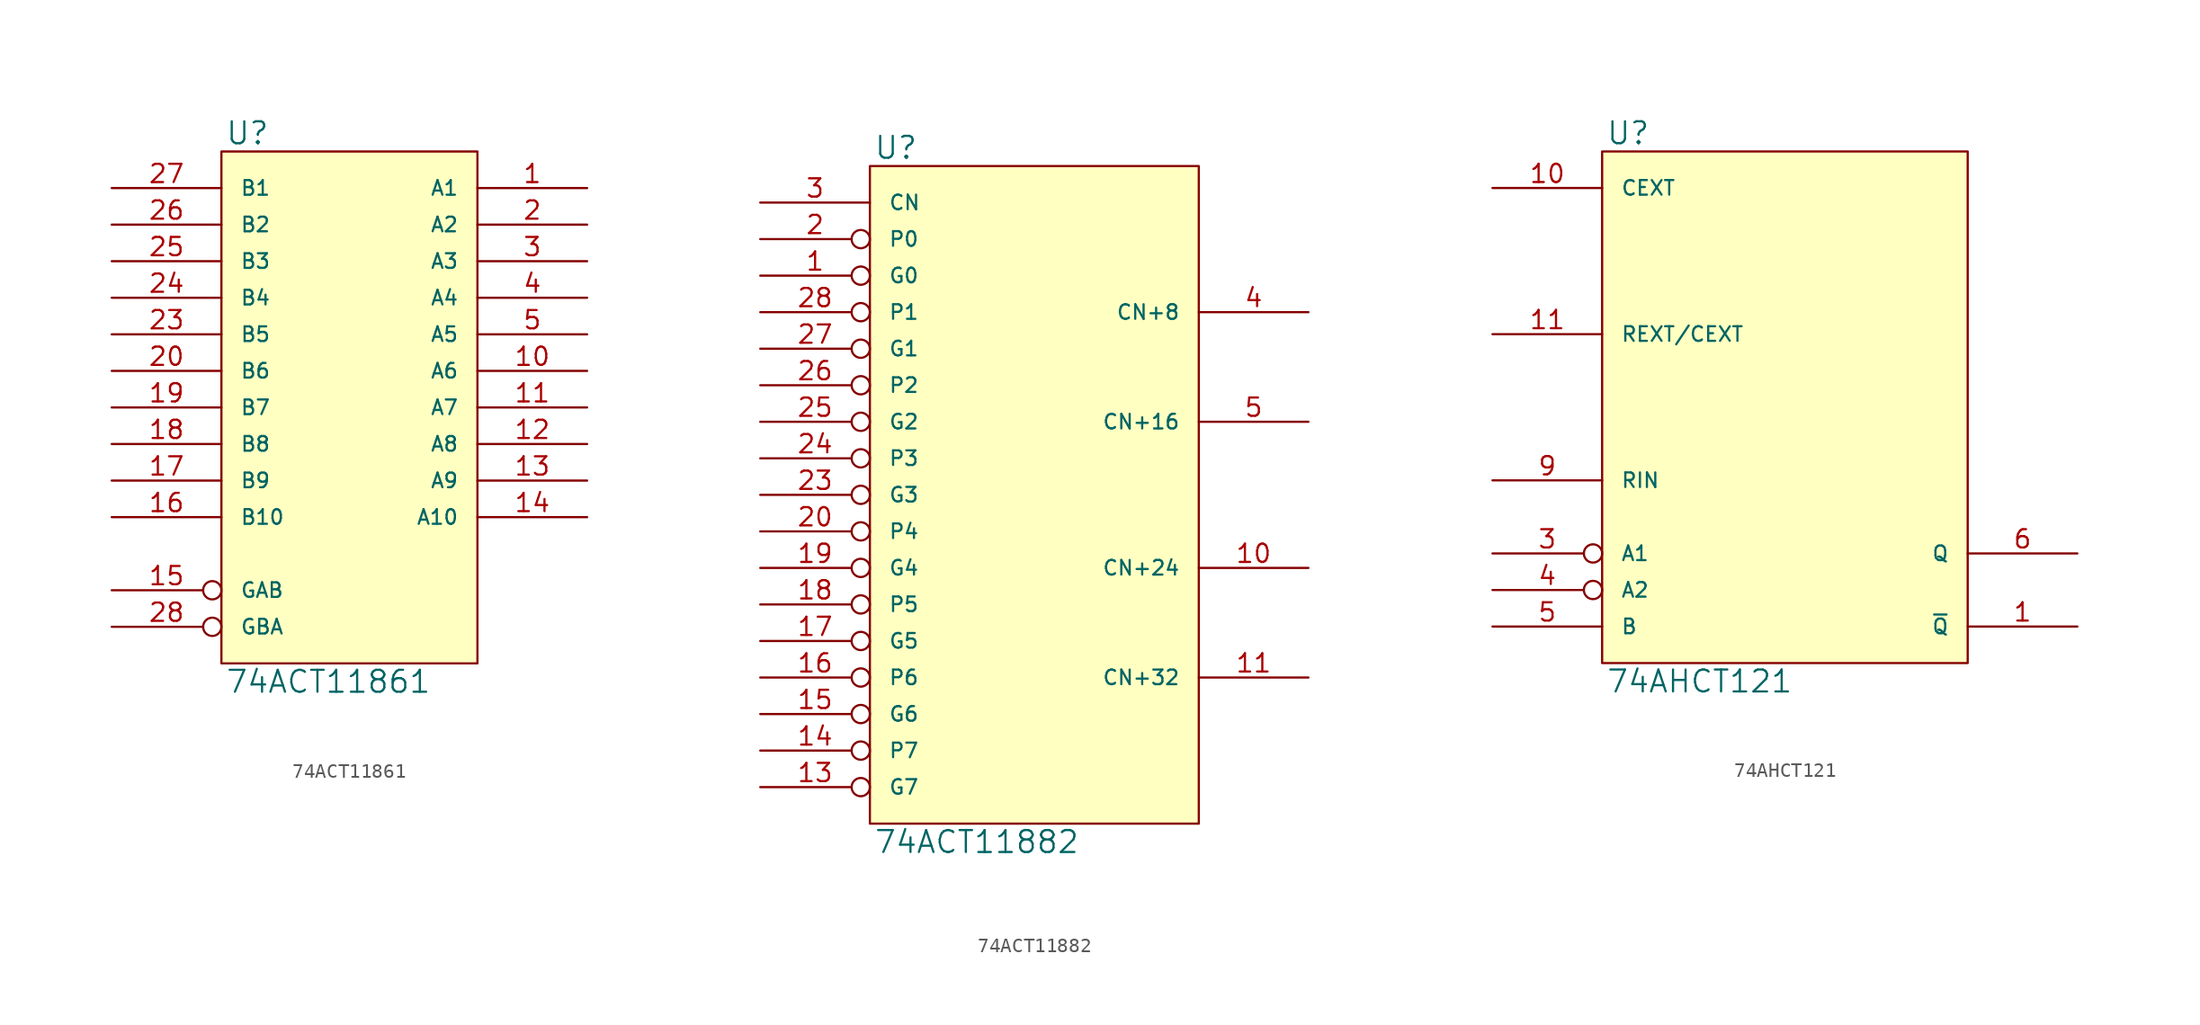
<source format=kicad_sym>
(kicad_symbol_lib
  (version 20231120)
  (generator "kicad_symbol_editor")
  (generator_version "8.0")
  (symbol "74ACT11861"
    (pin_names
      (offset 1.27))
    (property "Reference" "U"
      (at 0.254 0.381 0)
      (effects (font (size 1.524 1.524)) (justify left bottom)))
    (property "Value" "74ACT11861"
      (at 0.254 -35.941 0)
      (effects (font (size 1.524 1.524)) (justify left top)))
    (symbol "74ACT11861_0_1"
      (rectangle (start 0 0) (end 17.78 -35.56) (stroke (width 0) (type solid)) (fill (type background))))
    (symbol "74ACT11861_1_1"
      (pin tri_state line (at 25.4 -2.54 180) (length 7.62) (name "A1" (effects (font (size 1.016 1.016)))) (number "1" (effects (font (size 1.27 1.27)))))
      (pin tri_state line (at 25.4 -15.24 180) (length 7.62) (name "A6" (effects (font (size 1.016 1.016)))) (number "10" (effects (font (size 1.27 1.27)))))
      (pin tri_state line (at 25.4 -17.78 180) (length 7.62) (name "A7" (effects (font (size 1.016 1.016)))) (number "11" (effects (font (size 1.27 1.27)))))
      (pin tri_state line (at 25.4 -20.32 180) (length 7.62) (name "A8" (effects (font (size 1.016 1.016)))) (number "12" (effects (font (size 1.27 1.27)))))
      (pin tri_state line (at 25.4 -22.86 180) (length 7.62) (name "A9" (effects (font (size 1.016 1.016)))) (number "13" (effects (font (size 1.27 1.27)))))
      (pin tri_state line (at 25.4 -25.4 180) (length 7.62) (name "A10" (effects (font (size 1.016 1.016)))) (number "14" (effects (font (size 1.27 1.27)))))
      (pin input inverted (at -7.62 -30.48 0) (length 7.62) (name "GAB" (effects (font (size 1.016 1.016)))) (number "15" (effects (font (size 1.27 1.27)))))
      (pin input line (at -7.62 -25.4 0) (length 7.62) (name "B10" (effects (font (size 1.016 1.016)))) (number "16" (effects (font (size 1.27 1.27)))))
      (pin input line (at -7.62 -22.86 0) (length 7.62) (name "B9" (effects (font (size 1.016 1.016)))) (number "17" (effects (font (size 1.27 1.27)))))
      (pin input line (at -7.62 -20.32 0) (length 7.62) (name "B8" (effects (font (size 1.016 1.016)))) (number "18" (effects (font (size 1.27 1.27)))))
      (pin input line (at -7.62 -17.78 0) (length 7.62) (name "B7" (effects (font (size 1.016 1.016)))) (number "19" (effects (font (size 1.27 1.27)))))
      (pin tri_state line (at 25.4 -5.08 180) (length 7.62) (name "A2" (effects (font (size 1.016 1.016)))) (number "2" (effects (font (size 1.27 1.27)))))
      (pin input line (at -7.62 -15.24 0) (length 7.62) (name "B6" (effects (font (size 1.016 1.016)))) (number "20" (effects (font (size 1.27 1.27)))))
      (pin power_in line (at 2.54 0 270) (length 0) hide (name "VCC" (effects (font (size 1.016 1.016)))) (number "21" (effects (font (size 1.27 1.27)))))
      (pin power_in line (at 0 0 270) (length 0) hide (name "VCC" (effects (font (size 1.016 1.016)))) (number "22" (effects (font (size 1.27 1.27)))))
      (pin input line (at -7.62 -12.7 0) (length 7.62) (name "B5" (effects (font (size 1.016 1.016)))) (number "23" (effects (font (size 1.27 1.27)))))
      (pin input line (at -7.62 -10.16 0) (length 7.62) (name "B4" (effects (font (size 1.016 1.016)))) (number "24" (effects (font (size 1.27 1.27)))))
      (pin input line (at -7.62 -7.62 0) (length 7.62) (name "B3" (effects (font (size 1.016 1.016)))) (number "25" (effects (font (size 1.27 1.27)))))
      (pin input line (at -7.62 -5.08 0) (length 7.62) (name "B2" (effects (font (size 1.016 1.016)))) (number "26" (effects (font (size 1.27 1.27)))))
      (pin input line (at -7.62 -2.54 0) (length 7.62) (name "B1" (effects (font (size 1.016 1.016)))) (number "27" (effects (font (size 1.27 1.27)))))
      (pin input inverted (at -7.62 -33.02 0) (length 7.62) (name "GBA" (effects (font (size 1.016 1.016)))) (number "28" (effects (font (size 1.27 1.27)))))
      (pin tri_state line (at 25.4 -7.62 180) (length 7.62) (name "A3" (effects (font (size 1.016 1.016)))) (number "3" (effects (font (size 1.27 1.27)))))
      (pin tri_state line (at 25.4 -10.16 180) (length 7.62) (name "A4" (effects (font (size 1.016 1.016)))) (number "4" (effects (font (size 1.27 1.27)))))
      (pin tri_state line (at 25.4 -12.7 180) (length 7.62) (name "A5" (effects (font (size 1.016 1.016)))) (number "5" (effects (font (size 1.27 1.27)))))
      (pin power_in line (at 0 -35.56 90) (length 0) hide (name "GND" (effects (font (size 1.016 1.016)))) (number "6" (effects (font (size 1.27 1.27)))))
      (pin power_in line (at 2.54 -35.56 90) (length 0) hide (name "GND" (effects (font (size 1.016 1.016)))) (number "7" (effects (font (size 1.27 1.27)))))
      (pin power_in line (at 5.08 -35.56 90) (length 0) hide (name "GND" (effects (font (size 1.016 1.016)))) (number "8" (effects (font (size 1.27 1.27)))))
      (pin power_in line (at 7.62 -35.56 90) (length 0) hide (name "GND" (effects (font (size 1.016 1.016)))) (number "9" (effects (font (size 1.27 1.27)))))))
  (symbol "74ACT11882"
    (pin_names
      (offset 1.27))
    (property "Reference" "U"
      (at 0.254 0.381 0)
      (effects (font (size 1.524 1.524)) (justify left bottom)))
    (property "Value" "74ACT11882"
      (at 0.254 -46.101 0)
      (effects (font (size 1.524 1.524)) (justify left top)))
    (symbol "74ACT11882_0_1"
      (rectangle (start 0 0) (end 22.86 -45.72) (stroke (width 0) (type solid)) (fill (type background))))
    (symbol "74ACT11882_1_1"
      (pin input inverted (at -7.62 -7.62 0) (length 7.62) (name "G0" (effects (font (size 1.016 1.016)))) (number "1" (effects (font (size 1.27 1.27)))))
      (pin output line (at 30.48 -27.94 180) (length 7.62) (name "CN+24" (effects (font (size 1.016 1.016)))) (number "10" (effects (font (size 1.27 1.27)))))
      (pin output line (at 30.48 -35.56 180) (length 7.62) (name "CN+32" (effects (font (size 1.016 1.016)))) (number "11" (effects (font (size 1.27 1.27)))))
      (pin input inverted (at -7.62 -43.18 0) (length 7.62) (name "G7" (effects (font (size 1.016 1.016)))) (number "13" (effects (font (size 1.27 1.27)))))
      (pin input inverted (at -7.62 -40.64 0) (length 7.62) (name "P7" (effects (font (size 1.016 1.016)))) (number "14" (effects (font (size 1.27 1.27)))))
      (pin input inverted (at -7.62 -38.1 0) (length 7.62) (name "G6" (effects (font (size 1.016 1.016)))) (number "15" (effects (font (size 1.27 1.27)))))
      (pin input inverted (at -7.62 -35.56 0) (length 7.62) (name "P6" (effects (font (size 1.016 1.016)))) (number "16" (effects (font (size 1.27 1.27)))))
      (pin input inverted (at -7.62 -33.02 0) (length 7.62) (name "G5" (effects (font (size 1.016 1.016)))) (number "17" (effects (font (size 1.27 1.27)))))
      (pin input inverted (at -7.62 -30.48 0) (length 7.62) (name "P5" (effects (font (size 1.016 1.016)))) (number "18" (effects (font (size 1.27 1.27)))))
      (pin input inverted (at -7.62 -27.94 0) (length 7.62) (name "G4" (effects (font (size 1.016 1.016)))) (number "19" (effects (font (size 1.27 1.27)))))
      (pin input inverted (at -7.62 -5.08 0) (length 7.62) (name "P0" (effects (font (size 1.016 1.016)))) (number "2" (effects (font (size 1.27 1.27)))))
      (pin input inverted (at -7.62 -25.4 0) (length 7.62) (name "P4" (effects (font (size 1.016 1.016)))) (number "20" (effects (font (size 1.27 1.27)))))
      (pin power_in line (at 2.54 0 270) (length 0) hide (name "VCC" (effects (font (size 1.016 1.016)))) (number "21" (effects (font (size 1.27 1.27)))))
      (pin power_in line (at 0 0 270) (length 0) hide (name "VCC" (effects (font (size 1.016 1.016)))) (number "22" (effects (font (size 1.27 1.27)))))
      (pin input inverted (at -7.62 -22.86 0) (length 7.62) (name "G3" (effects (font (size 1.016 1.016)))) (number "23" (effects (font (size 1.27 1.27)))))
      (pin input inverted (at -7.62 -20.32 0) (length 7.62) (name "P3" (effects (font (size 1.016 1.016)))) (number "24" (effects (font (size 1.27 1.27)))))
      (pin input inverted (at -7.62 -17.78 0) (length 7.62) (name "G2" (effects (font (size 1.016 1.016)))) (number "25" (effects (font (size 1.27 1.27)))))
      (pin input inverted (at -7.62 -15.24 0) (length 7.62) (name "P2" (effects (font (size 1.016 1.016)))) (number "26" (effects (font (size 1.27 1.27)))))
      (pin input inverted (at -7.62 -12.7 0) (length 7.62) (name "G1" (effects (font (size 1.016 1.016)))) (number "27" (effects (font (size 1.27 1.27)))))
      (pin input inverted (at -7.62 -10.16 0) (length 7.62) (name "P1" (effects (font (size 1.016 1.016)))) (number "28" (effects (font (size 1.27 1.27)))))
      (pin input line (at -7.62 -2.54 0) (length 7.62) (name "CN" (effects (font (size 1.016 1.016)))) (number "3" (effects (font (size 1.27 1.27)))))
      (pin output line (at 30.48 -10.16 180) (length 7.62) (name "CN+8" (effects (font (size 1.016 1.016)))) (number "4" (effects (font (size 1.27 1.27)))))
      (pin output line (at 30.48 -17.78 180) (length 7.62) (name "CN+16" (effects (font (size 1.016 1.016)))) (number "5" (effects (font (size 1.27 1.27)))))
      (pin power_in line (at 0 -45.72 90) (length 0) hide (name "GND" (effects (font (size 1.016 1.016)))) (number "6" (effects (font (size 1.27 1.27)))))
      (pin power_in line (at 2.54 -45.72 90) (length 0) hide (name "GND" (effects (font (size 1.016 1.016)))) (number "7" (effects (font (size 1.27 1.27)))))
      (pin power_in line (at 5.08 -45.72 90) (length 0) hide (name "GND" (effects (font (size 1.016 1.016)))) (number "8" (effects (font (size 1.27 1.27)))))
      (pin power_in line (at 7.62 -45.72 90) (length 0) hide (name "GND" (effects (font (size 1.016 1.016)))) (number "9" (effects (font (size 1.27 1.27)))))))
  (symbol "74AHCT121"
    (pin_names
      (offset 1.27))
    (property "Reference" "U"
      (at 0.254 0.381 0)
      (effects (font (size 1.524 1.524)) (justify left bottom)))
    (property "Value" "74AHCT121"
      (at 0.254 -35.941 0)
      (effects (font (size 1.524 1.524)) (justify left top)))
    (symbol "74AHCT121_0_1"
      (rectangle (start 0 0) (end 25.4 -35.56) (stroke (width 0) (type solid)) (fill (type background))))
    (symbol "74AHCT121_1_1"
      (pin output line (at 33.02 -33.02 180) (length 7.62) (name "~{Q}" (effects (font (size 1.016 1.016)))) (number "1" (effects (font (size 1.27 1.27)))))
      (pin input line (at -7.62 -2.54 0) (length 7.62) (name "CEXT" (effects (font (size 1.016 1.016)))) (number "10" (effects (font (size 1.27 1.27)))))
      (pin input line (at -7.62 -12.7 0) (length 7.62) (name "REXT/CEXT" (effects (font (size 1.016 1.016)))) (number "11" (effects (font (size 1.27 1.27)))))
      (pin power_in line (at 0 0 270) (length 0) hide (name "VCC" (effects (font (size 1.016 1.016)))) (number "14" (effects (font (size 1.27 1.27)))))
      (pin input inverted (at -7.62 -27.94 0) (length 7.62) (name "A1" (effects (font (size 1.016 1.016)))) (number "3" (effects (font (size 1.27 1.27)))))
      (pin input inverted (at -7.62 -30.48 0) (length 7.62) (name "A2" (effects (font (size 1.016 1.016)))) (number "4" (effects (font (size 1.27 1.27)))))
      (pin input line (at -7.62 -33.02 0) (length 7.62) (name "B" (effects (font (size 1.016 1.016)))) (number "5" (effects (font (size 1.27 1.27)))))
      (pin output line (at 33.02 -27.94 180) (length 7.62) (name "Q" (effects (font (size 1.016 1.016)))) (number "6" (effects (font (size 1.27 1.27)))))
      (pin power_in line (at 0 -35.56 90) (length 0) hide (name "GND" (effects (font (size 1.016 1.016)))) (number "7" (effects (font (size 1.27 1.27)))))
      (pin input line (at -7.62 -22.86 0) (length 7.62) (name "RIN" (effects (font (size 1.016 1.016)))) (number "9" (effects (font (size 1.27 1.27))))))))
</source>
